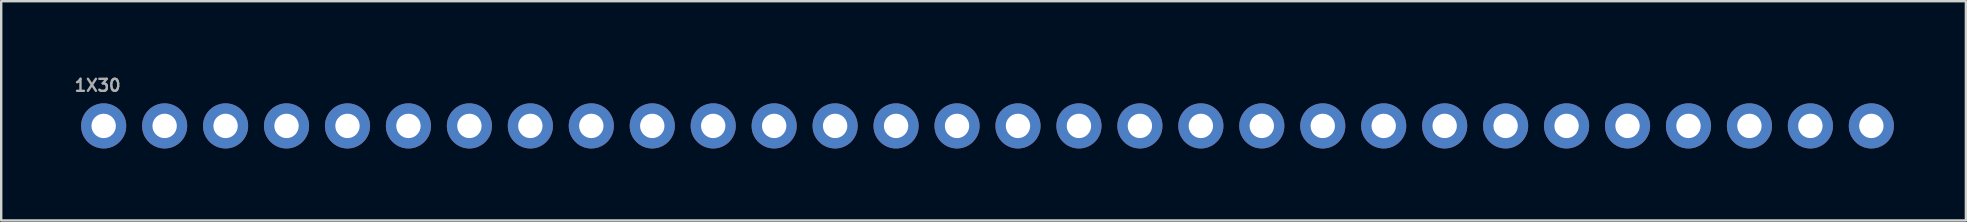
<source format=kicad_pcb>
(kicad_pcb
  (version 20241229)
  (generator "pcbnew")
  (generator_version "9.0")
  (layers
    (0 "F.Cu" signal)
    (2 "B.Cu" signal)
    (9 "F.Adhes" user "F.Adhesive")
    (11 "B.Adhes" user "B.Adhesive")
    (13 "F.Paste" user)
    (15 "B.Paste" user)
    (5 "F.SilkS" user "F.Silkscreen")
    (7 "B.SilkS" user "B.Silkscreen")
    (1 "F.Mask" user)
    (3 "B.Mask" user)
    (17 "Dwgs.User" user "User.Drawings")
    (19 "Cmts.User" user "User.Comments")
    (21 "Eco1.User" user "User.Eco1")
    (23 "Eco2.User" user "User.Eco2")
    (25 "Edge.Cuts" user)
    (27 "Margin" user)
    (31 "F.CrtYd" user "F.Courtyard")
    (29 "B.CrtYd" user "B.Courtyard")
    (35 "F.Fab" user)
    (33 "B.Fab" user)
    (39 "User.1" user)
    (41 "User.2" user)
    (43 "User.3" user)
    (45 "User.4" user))
  (footprint "1X30"
    (layer "F.Cu")
    (at 1.27 2.197)
    (property "Reference" "1X30" (at -1.27 -1.397 0) (layer "F.Fab") (effects (font (size 0.5 0.5) (thickness 0.1)) (justify left bottom)))
    (fp_poly (pts (xy -0.254 0.254) (xy 0.254 0.254) (xy 0.254 -0.254) (xy -0.254 -0.254)) (stroke (width 0.1) (type default)) (fill no) (layer "F.Fab"))
    (fp_poly (pts (xy 2.286 0.254) (xy 2.794 0.254) (xy 2.794 -0.254) (xy 2.286 -0.254)) (stroke (width 0.1) (type default)) (fill no) (layer "F.Fab"))
    (fp_poly (pts (xy 4.826 0.254) (xy 5.334 0.254) (xy 5.334 -0.254) (xy 4.826 -0.254)) (stroke (width 0.1) (type default)) (fill no) (layer "F.Fab"))
    (fp_poly (pts (xy 7.366 0.254) (xy 7.874 0.254) (xy 7.874 -0.254) (xy 7.366 -0.254)) (stroke (width 0.1) (type default)) (fill no) (layer "F.Fab"))
    (fp_poly (pts (xy 9.906 0.254) (xy 10.414 0.254) (xy 10.414 -0.254) (xy 9.906 -0.254)) (stroke (width 0.1) (type default)) (fill no) (layer "F.Fab"))
    (fp_poly (pts (xy 12.446 0.254) (xy 12.954 0.254) (xy 12.954 -0.254) (xy 12.446 -0.254)) (stroke (width 0.1) (type default)) (fill no) (layer "F.Fab"))
    (fp_poly (pts (xy 14.986 0.254) (xy 15.494 0.254) (xy 15.494 -0.254) (xy 14.986 -0.254)) (stroke (width 0.1) (type default)) (fill no) (layer "F.Fab"))
    (fp_poly (pts (xy 17.526 0.254) (xy 18.034 0.254) (xy 18.034 -0.254) (xy 17.526 -0.254)) (stroke (width 0.1) (type default)) (fill no) (layer "F.Fab"))
    (fp_poly (pts (xy 20.066 0.254) (xy 20.574 0.254) (xy 20.574 -0.254) (xy 20.066 -0.254)) (stroke (width 0.1) (type default)) (fill no) (layer "F.Fab"))
    (fp_poly (pts (xy 22.606 0.254) (xy 23.114 0.254) (xy 23.114 -0.254) (xy 22.606 -0.254)) (stroke (width 0.1) (type default)) (fill no) (layer "F.Fab"))
    (fp_poly (pts (xy 25.146 0.254) (xy 25.654 0.254) (xy 25.654 -0.254) (xy 25.146 -0.254)) (stroke (width 0.1) (type default)) (fill no) (layer "F.Fab"))
    (fp_poly (pts (xy 27.686 0.254) (xy 28.194 0.254) (xy 28.194 -0.254) (xy 27.686 -0.254)) (stroke (width 0.1) (type default)) (fill no) (layer "F.Fab"))
    (fp_poly (pts (xy 30.226 0.254) (xy 30.734 0.254) (xy 30.734 -0.254) (xy 30.226 -0.254)) (stroke (width 0.1) (type default)) (fill no) (layer "F.Fab"))
    (fp_poly (pts (xy 32.766 0.254) (xy 33.274 0.254) (xy 33.274 -0.254) (xy 32.766 -0.254)) (stroke (width 0.1) (type default)) (fill no) (layer "F.Fab"))
    (fp_poly (pts (xy 35.306 0.254) (xy 35.814 0.254) (xy 35.814 -0.254) (xy 35.306 -0.254)) (stroke (width 0.1) (type default)) (fill no) (layer "F.Fab"))
    (fp_poly (pts (xy 37.846 0.254) (xy 38.354 0.254) (xy 38.354 -0.254) (xy 37.846 -0.254)) (stroke (width 0.1) (type default)) (fill no) (layer "F.Fab"))
    (fp_poly (pts (xy 40.386 0.254) (xy 40.894 0.254) (xy 40.894 -0.254) (xy 40.386 -0.254)) (stroke (width 0.1) (type default)) (fill no) (layer "F.Fab"))
    (fp_poly (pts (xy 42.926 0.254) (xy 43.434 0.254) (xy 43.434 -0.254) (xy 42.926 -0.254)) (stroke (width 0.1) (type default)) (fill no) (layer "F.Fab"))
    (fp_poly (pts (xy 45.466 0.254) (xy 45.974 0.254) (xy 45.974 -0.254) (xy 45.466 -0.254)) (stroke (width 0.1) (type default)) (fill no) (layer "F.Fab"))
    (fp_poly (pts (xy 48.006 0.254) (xy 48.514 0.254) (xy 48.514 -0.254) (xy 48.006 -0.254)) (stroke (width 0.1) (type default)) (fill no) (layer "F.Fab"))
    (fp_poly (pts (xy 50.546 0.254) (xy 51.054 0.254) (xy 51.054 -0.254) (xy 50.546 -0.254)) (stroke (width 0.1) (type default)) (fill no) (layer "F.Fab"))
    (fp_poly (pts (xy 53.086 0.254) (xy 53.594 0.254) (xy 53.594 -0.254) (xy 53.086 -0.254)) (stroke (width 0.1) (type default)) (fill no) (layer "F.Fab"))
    (fp_poly (pts (xy 55.626 0.254) (xy 56.134 0.254) (xy 56.134 -0.254) (xy 55.626 -0.254)) (stroke (width 0.1) (type default)) (fill no) (layer "F.Fab"))
    (fp_poly (pts (xy 58.166 0.254) (xy 58.674 0.254) (xy 58.674 -0.254) (xy 58.166 -0.254)) (stroke (width 0.1) (type default)) (fill no) (layer "F.Fab"))
    (fp_poly (pts (xy 60.706 0.254) (xy 61.214 0.254) (xy 61.214 -0.254) (xy 60.706 -0.254)) (stroke (width 0.1) (type default)) (fill no) (layer "F.Fab"))
    (fp_poly (pts (xy 63.246 0.254) (xy 63.754 0.254) (xy 63.754 -0.254) (xy 63.246 -0.254)) (stroke (width 0.1) (type default)) (fill no) (layer "F.Fab"))
    (fp_poly (pts (xy 65.786 0.254) (xy 66.294 0.254) (xy 66.294 -0.254) (xy 65.786 -0.254)) (stroke (width 0.1) (type default)) (fill no) (layer "F.Fab"))
    (fp_poly (pts (xy 68.326 0.254) (xy 68.834 0.254) (xy 68.834 -0.254) (xy 68.326 -0.254)) (stroke (width 0.1) (type default)) (fill no) (layer "F.Fab"))
    (fp_poly (pts (xy 70.866 0.254) (xy 71.374 0.254) (xy 71.374 -0.254) (xy 70.866 -0.254)) (stroke (width 0.1) (type default)) (fill no) (layer "F.Fab"))
    (fp_poly (pts (xy 73.406 0.254) (xy 73.914 0.254) (xy 73.914 -0.254) (xy 73.406 -0.254)) (stroke (width 0.1) (type default)) (fill no) (layer "F.Fab"))
    (pad "1" thru_hole circle (at 0 0 90) (size 1.88 1.88) (drill 1.016) (layers "*.Cu" "*.Mask"))
    (pad "2" thru_hole circle (at 2.54 0 90) (size 1.88 1.88) (drill 1.016) (layers "*.Cu" "*.Mask"))
    (pad "3" thru_hole circle (at 5.08 0 90) (size 1.88 1.88) (drill 1.016) (layers "*.Cu" "*.Mask"))
    (pad "4" thru_hole circle (at 7.62 0 90) (size 1.88 1.88) (drill 1.016) (layers "*.Cu" "*.Mask"))
    (pad "5" thru_hole circle (at 10.16 0 90) (size 1.88 1.88) (drill 1.016) (layers "*.Cu" "*.Mask"))
    (pad "6" thru_hole circle (at 12.7 0 90) (size 1.88 1.88) (drill 1.016) (layers "*.Cu" "*.Mask"))
    (pad "7" thru_hole circle (at 15.24 0 90) (size 1.88 1.88) (drill 1.016) (layers "*.Cu" "*.Mask"))
    (pad "8" thru_hole circle (at 17.78 0 90) (size 1.88 1.88) (drill 1.016) (layers "*.Cu" "*.Mask"))
    (pad "9" thru_hole circle (at 20.32 0 90) (size 1.88 1.88) (drill 1.016) (layers "*.Cu" "*.Mask"))
    (pad "10" thru_hole circle (at 22.86 0 90) (size 1.88 1.88) (drill 1.016) (layers "*.Cu" "*.Mask"))
    (pad "11" thru_hole circle (at 25.4 0 90) (size 1.88 1.88) (drill 1.016) (layers "*.Cu" "*.Mask"))
    (pad "12" thru_hole circle (at 27.94 0 90) (size 1.88 1.88) (drill 1.016) (layers "*.Cu" "*.Mask"))
    (pad "13" thru_hole circle (at 30.48 0 90) (size 1.88 1.88) (drill 1.016) (layers "*.Cu" "*.Mask"))
    (pad "14" thru_hole circle (at 33.02 0 90) (size 1.88 1.88) (drill 1.016) (layers "*.Cu" "*.Mask"))
    (pad "15" thru_hole circle (at 35.56 0 90) (size 1.88 1.88) (drill 1.016) (layers "*.Cu" "*.Mask"))
    (pad "16" thru_hole circle (at 38.1 0 90) (size 1.88 1.88) (drill 1.016) (layers "*.Cu" "*.Mask"))
    (pad "17" thru_hole circle (at 40.64 0 90) (size 1.88 1.88) (drill 1.016) (layers "*.Cu" "*.Mask"))
    (pad "18" thru_hole circle (at 43.18 0 90) (size 1.88 1.88) (drill 1.016) (layers "*.Cu" "*.Mask"))
    (pad "19" thru_hole circle (at 45.72 0 90) (size 1.88 1.88) (drill 1.016) (layers "*.Cu" "*.Mask"))
    (pad "20" thru_hole circle (at 48.26 0 90) (size 1.88 1.88) (drill 1.016) (layers "*.Cu" "*.Mask"))
    (pad "21" thru_hole circle (at 50.8 0 90) (size 1.88 1.88) (drill 1.016) (layers "*.Cu" "*.Mask"))
    (pad "22" thru_hole circle (at 53.34 0 90) (size 1.88 1.88) (drill 1.016) (layers "*.Cu" "*.Mask"))
    (pad "23" thru_hole circle (at 55.88 0 90) (size 1.88 1.88) (drill 1.016) (layers "*.Cu" "*.Mask"))
    (pad "24" thru_hole circle (at 58.42 0 90) (size 1.88 1.88) (drill 1.016) (layers "*.Cu" "*.Mask"))
    (pad "25" thru_hole circle (at 60.96 0 90) (size 1.88 1.88) (drill 1.016) (layers "*.Cu" "*.Mask"))
    (pad "26" thru_hole circle (at 63.5 0 90) (size 1.88 1.88) (drill 1.016) (layers "*.Cu" "*.Mask"))
    (pad "27" thru_hole circle (at 66.04 0 90) (size 1.88 1.88) (drill 1.016) (layers "*.Cu" "*.Mask"))
    (pad "28" thru_hole circle (at 68.58 0 90) (size 1.88 1.88) (drill 1.016) (layers "*.Cu" "*.Mask"))
    (pad "29" thru_hole circle (at 71.12 0 90) (size 1.88 1.88) (drill 1.016) (layers "*.Cu" "*.Mask"))
    (pad "30" thru_hole circle (at 73.66 0 90) (size 1.88 1.88) (drill 1.016) (layers "*.Cu" "*.Mask")))
  (gr_rect
    (start -3 -3)
    (end 78.87 6.137)
    (stroke (width 0.1) (type default))
    (fill no)
    (layer "Edge.Cuts")))
</source>
